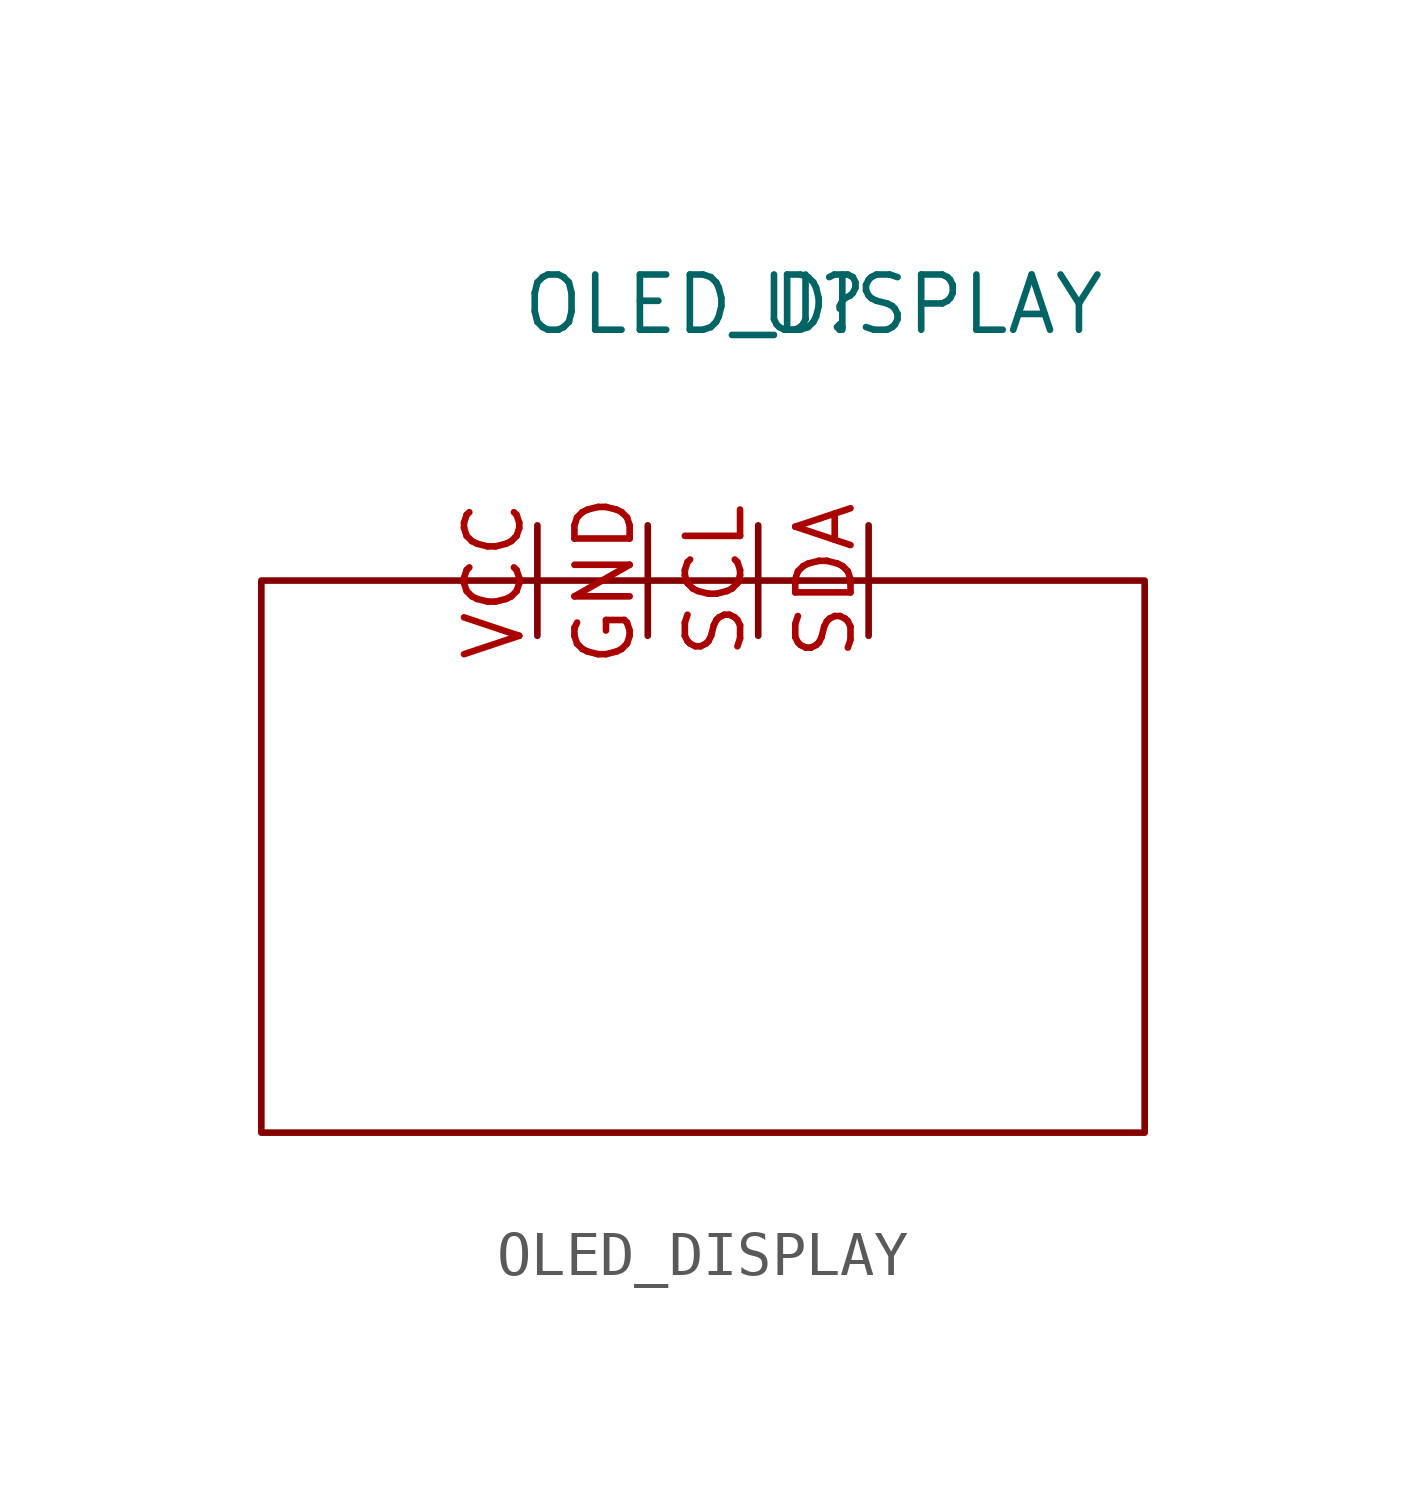
<source format=kicad_sym>
(kicad_symbol_lib
  (version 20211014)
  (generator kicad_symbol_editor)
  (symbol "OLED_DISPLAY"
    (property "Reference" "U"
      (at 0 0 0)
      (effects (font (size 1.27 1.27))))
    (property "Value" "OLED_DISPLAY"
      (at 0 0 0)
      (effects (font (size 1.27 1.27))))
    (symbol "OLED_DISPLAY_0_1"
      (rectangle (start -12.7 -6.35) (end 7.62 -19.05) (stroke (width 0) (type default) (color 0 0 0 0)) (fill (type none))))
    (symbol "OLED_DISPLAY_1_1"
      (pin power_in line (at -3.81 -7.62 90) (length 2.54) (name "" (effects (font (size 1.27 1.27)))) (number "GND" (effects (font (size 1.27 1.27)))))
      (pin input line (at -1.27 -7.62 90) (length 2.54) (name "" (effects (font (size 1.27 1.27)))) (number "SCL" (effects (font (size 1.27 1.27)))))
      (pin input line (at 1.27 -7.62 90) (length 2.54) (name "" (effects (font (size 1.27 1.27)))) (number "SDA" (effects (font (size 1.27 1.27)))))
      (pin power_in line (at -6.35 -7.62 90) (length 2.54) (name "" (effects (font (size 1.27 1.27)))) (number "VCC" (effects (font (size 1.27 1.27))))))))
</source>
